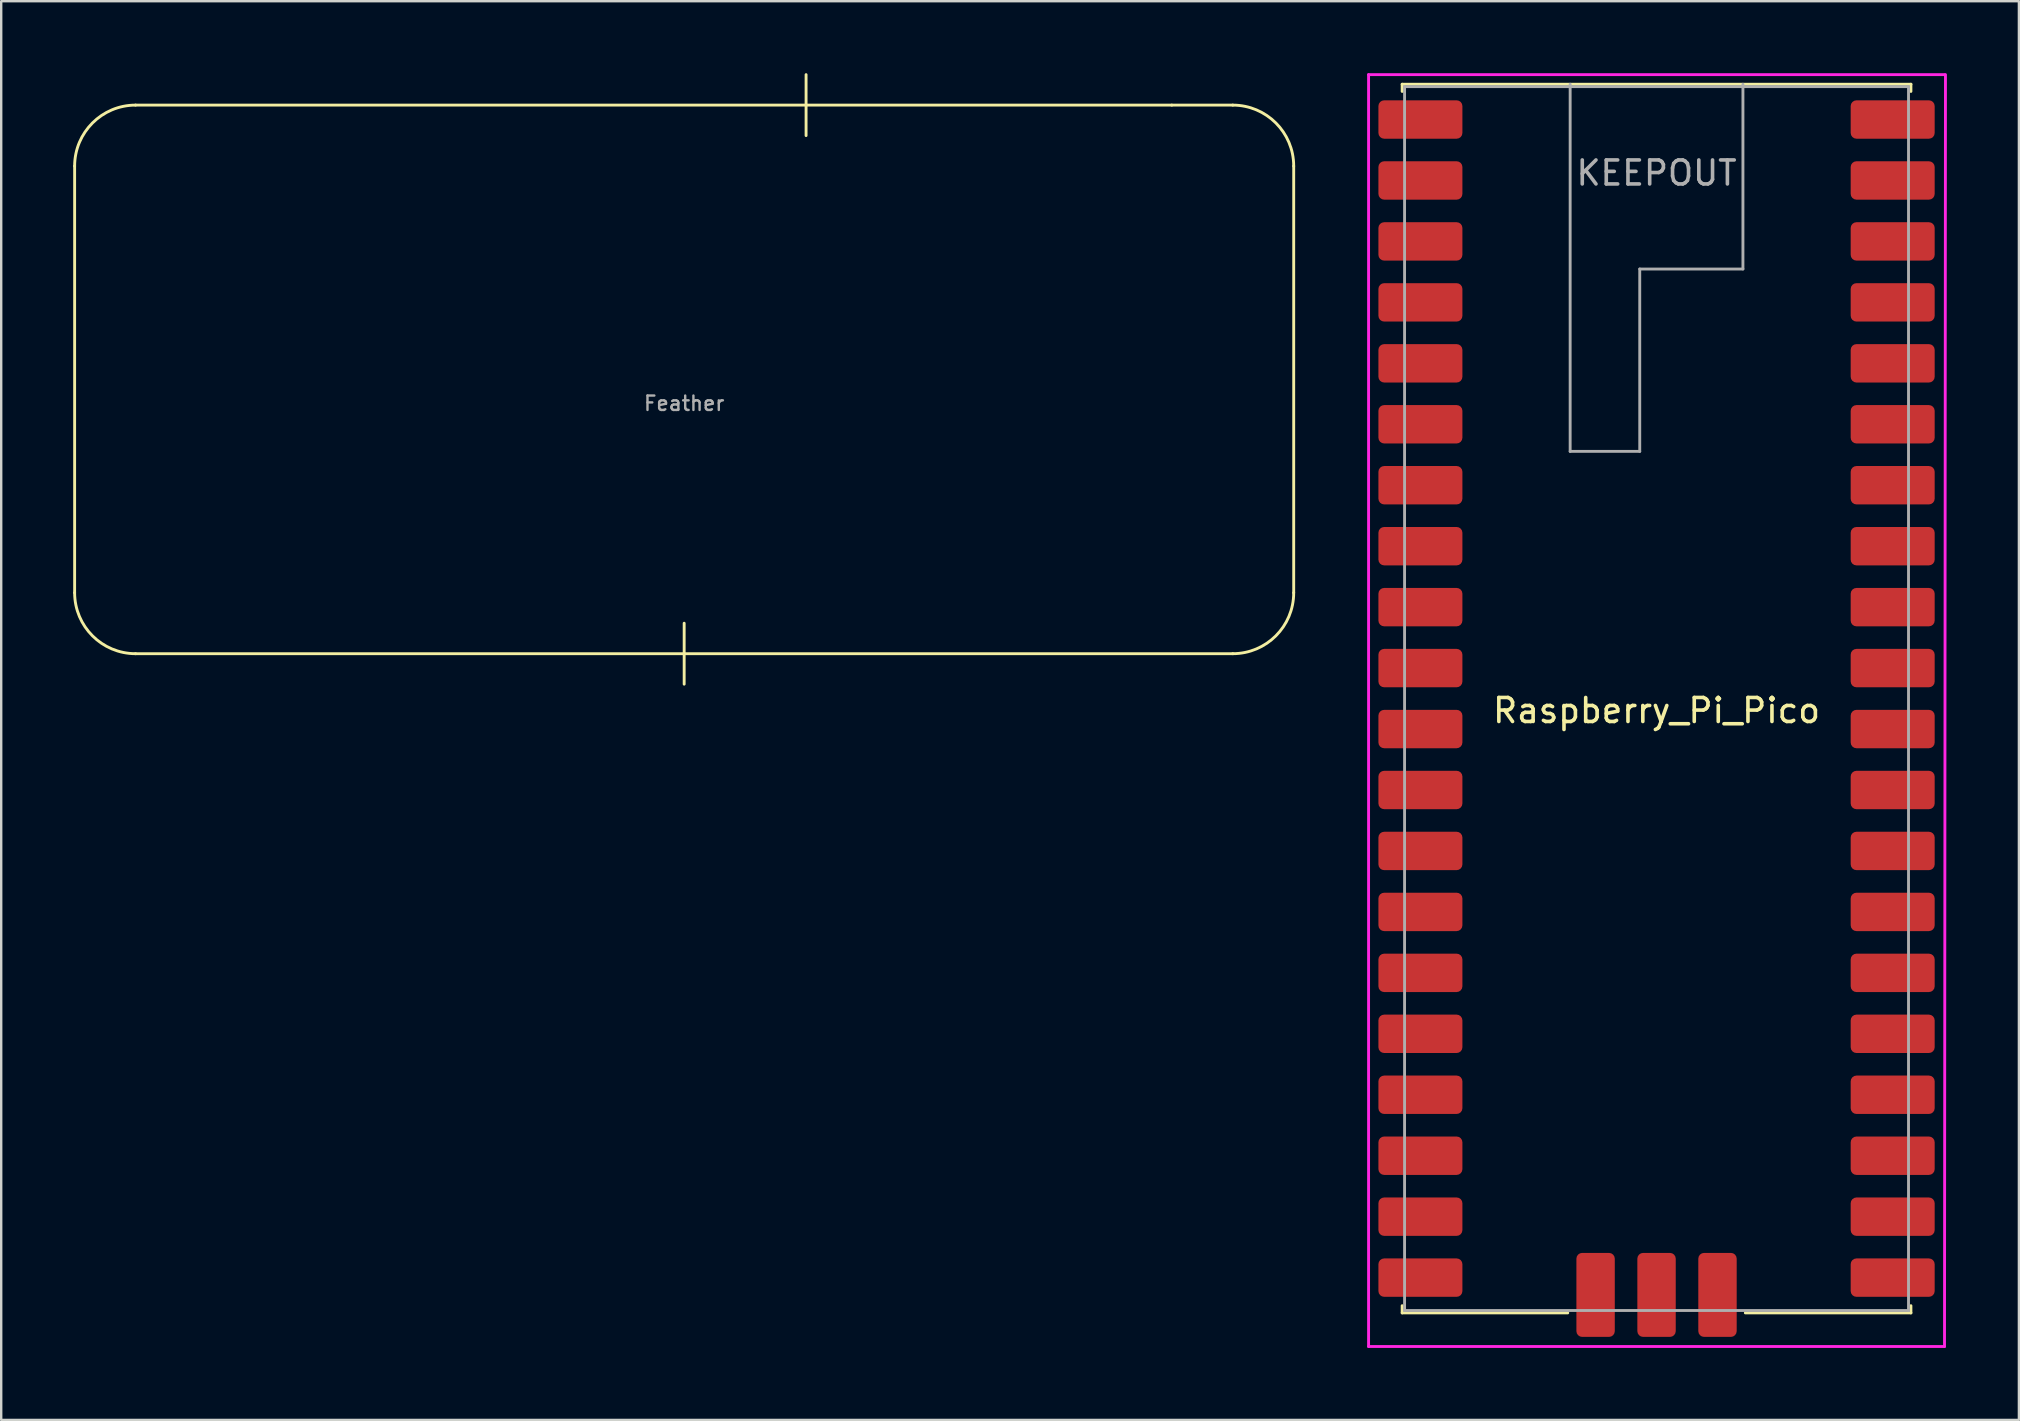
<source format=kicad_pcb>
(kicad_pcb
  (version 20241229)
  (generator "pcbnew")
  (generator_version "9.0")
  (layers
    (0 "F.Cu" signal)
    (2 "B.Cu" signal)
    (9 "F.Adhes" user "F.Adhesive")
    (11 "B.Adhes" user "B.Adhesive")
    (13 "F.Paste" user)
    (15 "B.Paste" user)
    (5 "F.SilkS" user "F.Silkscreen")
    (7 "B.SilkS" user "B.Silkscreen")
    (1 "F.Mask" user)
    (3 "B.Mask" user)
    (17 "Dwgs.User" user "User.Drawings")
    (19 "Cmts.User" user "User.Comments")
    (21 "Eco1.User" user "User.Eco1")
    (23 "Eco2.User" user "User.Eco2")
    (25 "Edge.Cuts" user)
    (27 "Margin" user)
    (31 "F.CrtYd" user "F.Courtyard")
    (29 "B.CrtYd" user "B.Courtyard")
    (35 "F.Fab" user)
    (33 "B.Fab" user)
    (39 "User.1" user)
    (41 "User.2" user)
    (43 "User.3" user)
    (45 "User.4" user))
  (footprint "Raspberry_Pi_Pico"
    (layer "F.Cu")
    (at 65.98 26.06)
    (property "Reference" "Raspberry_Pi_Pico" (at 0 0.5 0) (layer "F.SilkS") (effects (font (size 1 1) (thickness 0.15))))
    (attr smd)
    (fp_line (start -10.6 -25.6) (end -10.6 -25.3) (stroke (width 0.12) (type solid)) (layer "F.SilkS"))
    (fp_line (start -10.6 -25.6) (end 10.6 -25.6) (stroke (width 0.12) (type solid)) (layer "F.SilkS"))
    (fp_line (start -10.6 25.6) (end -10.6 25.3) (stroke (width 0.12) (type solid)) (layer "F.SilkS"))
    (fp_line (start -3.7 25.6) (end -10.6 25.6) (stroke (width 0.12) (type solid)) (layer "F.SilkS"))
    (fp_line (start 3.7 25.6) (end 10.6 25.6) (stroke (width 0.12) (type solid)) (layer "F.SilkS"))
    (fp_line (start 10.6 -25.6) (end 10.6 -25.3) (stroke (width 0.12) (type solid)) (layer "F.SilkS"))
    (fp_line (start 10.6 25.6) (end 10.6 25.3) (stroke (width 0.12) (type solid)) (layer "F.SilkS"))
    (fp_line (start -12 -26) (end 12 -26) (stroke (width 0.12) (type solid)) (layer "F.CrtYd"))
    (fp_line (start -12 27) (end -12 -26) (stroke (width 0.12) (type solid)) (layer "F.CrtYd"))
    (fp_line (start 12 27) (end -12 27) (stroke (width 0.12) (type solid)) (layer "F.CrtYd"))
    (fp_line (start 12.04 -26) (end 12 27) (stroke (width 0.12) (type solid)) (layer "F.CrtYd"))
    (fp_line (start -10.5 -25.5) (end 10.5 -25.5) (stroke (width 0.12) (type solid)) (layer "F.Fab"))
    (fp_line (start -10.5 25.5) (end -10.5 -25.5) (stroke (width 0.12) (type solid)) (layer "F.Fab"))
    (fp_line (start -10.5 25.5) (end 10.5 25.5) (stroke (width 0.12) (type solid)) (layer "F.Fab"))
    (fp_line (start -3.6 -25.6) (end -3.6 -10.3) (stroke (width 0.12) (type solid)) (layer "F.Fab"))
    (fp_line (start -3.6 -10.3) (end -0.7 -10.3) (stroke (width 0.12) (type solid)) (layer "F.Fab"))
    (fp_line (start -0.7 -17.9) (end -0.7 -10.3) (stroke (width 0.12) (type solid)) (layer "F.Fab"))
    (fp_line (start -0.7 -17.9) (end 3.6 -17.9) (stroke (width 0.12) (type solid)) (layer "F.Fab"))
    (fp_line (start 3.6 -25.6) (end 3.6 -17.9) (stroke (width 0.12) (type solid)) (layer "F.Fab"))
    (fp_line (start 10.5 -25.5) (end 10.5 25.5) (stroke (width 0.12) (type solid)) (layer "F.Fab"))
    (fp_text user "KEEPOUT" (at 0 -21.9 0) (layer "F.Fab") (effects (font (size 1 1) (thickness 0.15))))
    (pad "1" smd roundrect (at -9.84 -24.13) (size 3.5 1.6) (layers "F.Cu" "F.Mask") (roundrect_rratio 0.15))
    (pad "2" smd roundrect (at -9.84 -21.59) (size 3.5 1.6) (layers "F.Cu" "F.Mask") (roundrect_rratio 0.15))
    (pad "3" smd roundrect (at -9.84 -19.05) (size 3.5 1.6) (layers "F.Cu" "F.Mask") (roundrect_rratio 0.15))
    (pad "4" smd roundrect (at -9.84 -16.51) (size 3.5 1.6) (layers "F.Cu" "F.Mask") (roundrect_rratio 0.15))
    (pad "5" smd roundrect (at -9.84 -13.97) (size 3.5 1.6) (layers "F.Cu" "F.Mask") (roundrect_rratio 0.15))
    (pad "6" smd roundrect (at -9.84 -11.43) (size 3.5 1.6) (layers "F.Cu" "F.Mask") (roundrect_rratio 0.15))
    (pad "7" smd roundrect (at -9.84 -8.89) (size 3.5 1.6) (layers "F.Cu" "F.Mask") (roundrect_rratio 0.15))
    (pad "8" smd roundrect (at -9.84 -6.35) (size 3.5 1.6) (layers "F.Cu" "F.Mask") (roundrect_rratio 0.15))
    (pad "9" smd roundrect (at -9.84 -3.81) (size 3.5 1.6) (layers "F.Cu" "F.Mask") (roundrect_rratio 0.15))
    (pad "10" smd roundrect (at -9.84 -1.27) (size 3.5 1.6) (layers "F.Cu" "F.Mask") (roundrect_rratio 0.15))
    (pad "11" smd roundrect (at -9.84 1.27) (size 3.5 1.6) (layers "F.Cu" "F.Mask") (roundrect_rratio 0.15))
    (pad "12" smd roundrect (at -9.84 3.81) (size 3.5 1.6) (layers "F.Cu" "F.Mask") (roundrect_rratio 0.15))
    (pad "13" smd roundrect (at -9.84 6.35) (size 3.5 1.6) (layers "F.Cu" "F.Mask") (roundrect_rratio 0.15))
    (pad "14" smd roundrect (at -9.84 8.89) (size 3.5 1.6) (layers "F.Cu" "F.Mask") (roundrect_rratio 0.15))
    (pad "15" smd roundrect (at -9.84 11.43) (size 3.5 1.6) (layers "F.Cu" "F.Mask") (roundrect_rratio 0.15))
    (pad "16" smd roundrect (at -9.84 13.97) (size 3.5 1.6) (layers "F.Cu" "F.Mask") (roundrect_rratio 0.15))
    (pad "17" smd roundrect (at -9.84 16.51) (size 3.5 1.6) (layers "F.Cu" "F.Mask") (roundrect_rratio 0.15))
    (pad "18" smd roundrect (at -9.84 19.05) (size 3.5 1.6) (layers "F.Cu" "F.Mask") (roundrect_rratio 0.15))
    (pad "19" smd roundrect (at -9.84 21.59) (size 3.5 1.6) (layers "F.Cu" "F.Mask") (roundrect_rratio 0.15))
    (pad "20" smd roundrect (at -9.84 24.13) (size 3.5 1.6) (layers "F.Cu" "F.Mask") (roundrect_rratio 0.15))
    (pad "21" smd roundrect (at 9.84 24.13 180) (size 3.5 1.6) (layers "F.Cu" "F.Mask") (roundrect_rratio 0.15))
    (pad "22" smd roundrect (at 9.84 21.59 180) (size 3.5 1.6) (layers "F.Cu" "F.Mask") (roundrect_rratio 0.15))
    (pad "23" smd roundrect (at 9.84 19.05 180) (size 3.5 1.6) (layers "F.Cu" "F.Mask") (roundrect_rratio 0.15))
    (pad "24" smd roundrect (at 9.84 16.51 180) (size 3.5 1.6) (layers "F.Cu" "F.Mask") (roundrect_rratio 0.15))
    (pad "25" smd roundrect (at 9.84 13.97 180) (size 3.5 1.6) (layers "F.Cu" "F.Mask") (roundrect_rratio 0.15))
    (pad "26" smd roundrect (at 9.84 11.43 180) (size 3.5 1.6) (layers "F.Cu" "F.Mask") (roundrect_rratio 0.15))
    (pad "27" smd roundrect (at 9.84 8.89 180) (size 3.5 1.6) (layers "F.Cu" "F.Mask") (roundrect_rratio 0.15))
    (pad "28" smd roundrect (at 9.84 6.35 180) (size 3.5 1.6) (layers "F.Cu" "F.Mask") (roundrect_rratio 0.15))
    (pad "29" smd roundrect (at 9.84 3.81 180) (size 3.5 1.6) (layers "F.Cu" "F.Mask") (roundrect_rratio 0.15))
    (pad "30" smd roundrect (at 9.84 1.27 180) (size 3.5 1.6) (layers "F.Cu" "F.Mask") (roundrect_rratio 0.15))
    (pad "31" smd roundrect (at 9.84 -1.27 180) (size 3.5 1.6) (layers "F.Cu" "F.Mask") (roundrect_rratio 0.15))
    (pad "32" smd roundrect (at 9.84 -3.81 180) (size 3.5 1.6) (layers "F.Cu" "F.Mask") (roundrect_rratio 0.15))
    (pad "33" smd roundrect (at 9.84 -6.35 180) (size 3.5 1.6) (layers "F.Cu" "F.Mask") (roundrect_rratio 0.15))
    (pad "34" smd roundrect (at 9.84 -8.89 180) (size 3.5 1.6) (layers "F.Cu" "F.Mask") (roundrect_rratio 0.15))
    (pad "35" smd roundrect (at 9.84 -11.43 180) (size 3.5 1.6) (layers "F.Cu" "F.Mask") (roundrect_rratio 0.15))
    (pad "36" smd roundrect (at 9.84 -13.97 180) (size 3.5 1.6) (layers "F.Cu" "F.Mask") (roundrect_rratio 0.15))
    (pad "37" smd roundrect (at 9.84 -16.51 180) (size 3.5 1.6) (layers "F.Cu" "F.Mask") (roundrect_rratio 0.15))
    (pad "38" smd roundrect (at 9.84 -19.05 180) (size 3.5 1.6) (layers "F.Cu" "F.Mask") (roundrect_rratio 0.15))
    (pad "39" smd roundrect (at 9.84 -21.59 180) (size 3.5 1.6) (layers "F.Cu" "F.Mask") (roundrect_rratio 0.15))
    (pad "40" smd roundrect (at 9.84 -24.13 180) (size 3.5 1.6) (layers "F.Cu" "F.Mask") (roundrect_rratio 0.15))
    (pad "41" smd roundrect (at -2.54 24.85 270) (size 3.5 1.6) (layers "F.Cu" "F.Mask") (roundrect_rratio 0.15))
    (pad "42" smd roundrect (at 0 24.85 270) (size 3.5 1.6) (layers "F.Cu" "F.Mask") (roundrect_rratio 0.15))
    (pad "43" smd roundrect (at 2.54 24.85 270) (size 3.5 1.6) (layers "F.Cu" "F.Mask") (roundrect_rratio 0.15)))
  (footprint "Feather"
    (layer "F.Cu")
    (at 25.46 12.76)
    (property "Reference" "Feather" (at 0 1 0) (layer "F.Fab") (effects (font (size 0.6 0.6) (thickness 0.1))))
    (attr exclude_from_pos_files exclude_from_bom)
    (fp_line (start -25.4 -8.89) (end -25.4 8.89) (stroke (width 0.12) (type solid)) (layer "F.SilkS"))
    (fp_line (start -22.86 11.43) (end 22.86 11.43) (stroke (width 0.12) (type solid)) (layer "F.SilkS"))
    (fp_line (start 0 10.16) (end 0 12.7) (stroke (width 0.12) (type solid)) (layer "F.SilkS"))
    (fp_line (start 5.08 -12.7) (end 5.08 -10.16) (stroke (width 0.12) (type solid)) (layer "F.SilkS"))
    (fp_line (start 20.32 -11.43) (end -22.86 -11.43) (stroke (width 0.12) (type solid)) (layer "F.SilkS"))
    (fp_line (start 22.86 -11.43) (end 20.32 -11.43) (stroke (width 0.12) (type solid)) (layer "F.SilkS"))
    (fp_line (start 25.4 8.89) (end 25.4 -8.89) (stroke (width 0.12) (type solid)) (layer "F.SilkS"))
    (fp_arc (start -25.4 -8.89) (mid -24.656051 -10.686051) (end -22.86 -11.43) (stroke (width 0.12) (type solid)) (layer "F.SilkS"))
    (fp_arc (start -22.86 11.43) (mid -24.656051 10.686051) (end -25.4 8.89) (stroke (width 0.12) (type solid)) (layer "F.SilkS"))
    (fp_arc (start 22.86 -11.43) (mid 24.656051 -10.686051) (end 25.4 -8.89) (stroke (width 0.12) (type solid)) (layer "F.SilkS"))
    (fp_arc (start 25.4 8.89) (mid 24.656051 10.686051) (end 22.86 11.43) (stroke (width 0.12) (type solid)) (layer "F.SilkS")))
  (gr_rect
    (start -3 -3)
    (end 81.08 56.12)
    (stroke (width 0.1) (type default))
    (fill no)
    (layer "Edge.Cuts")))
</source>
